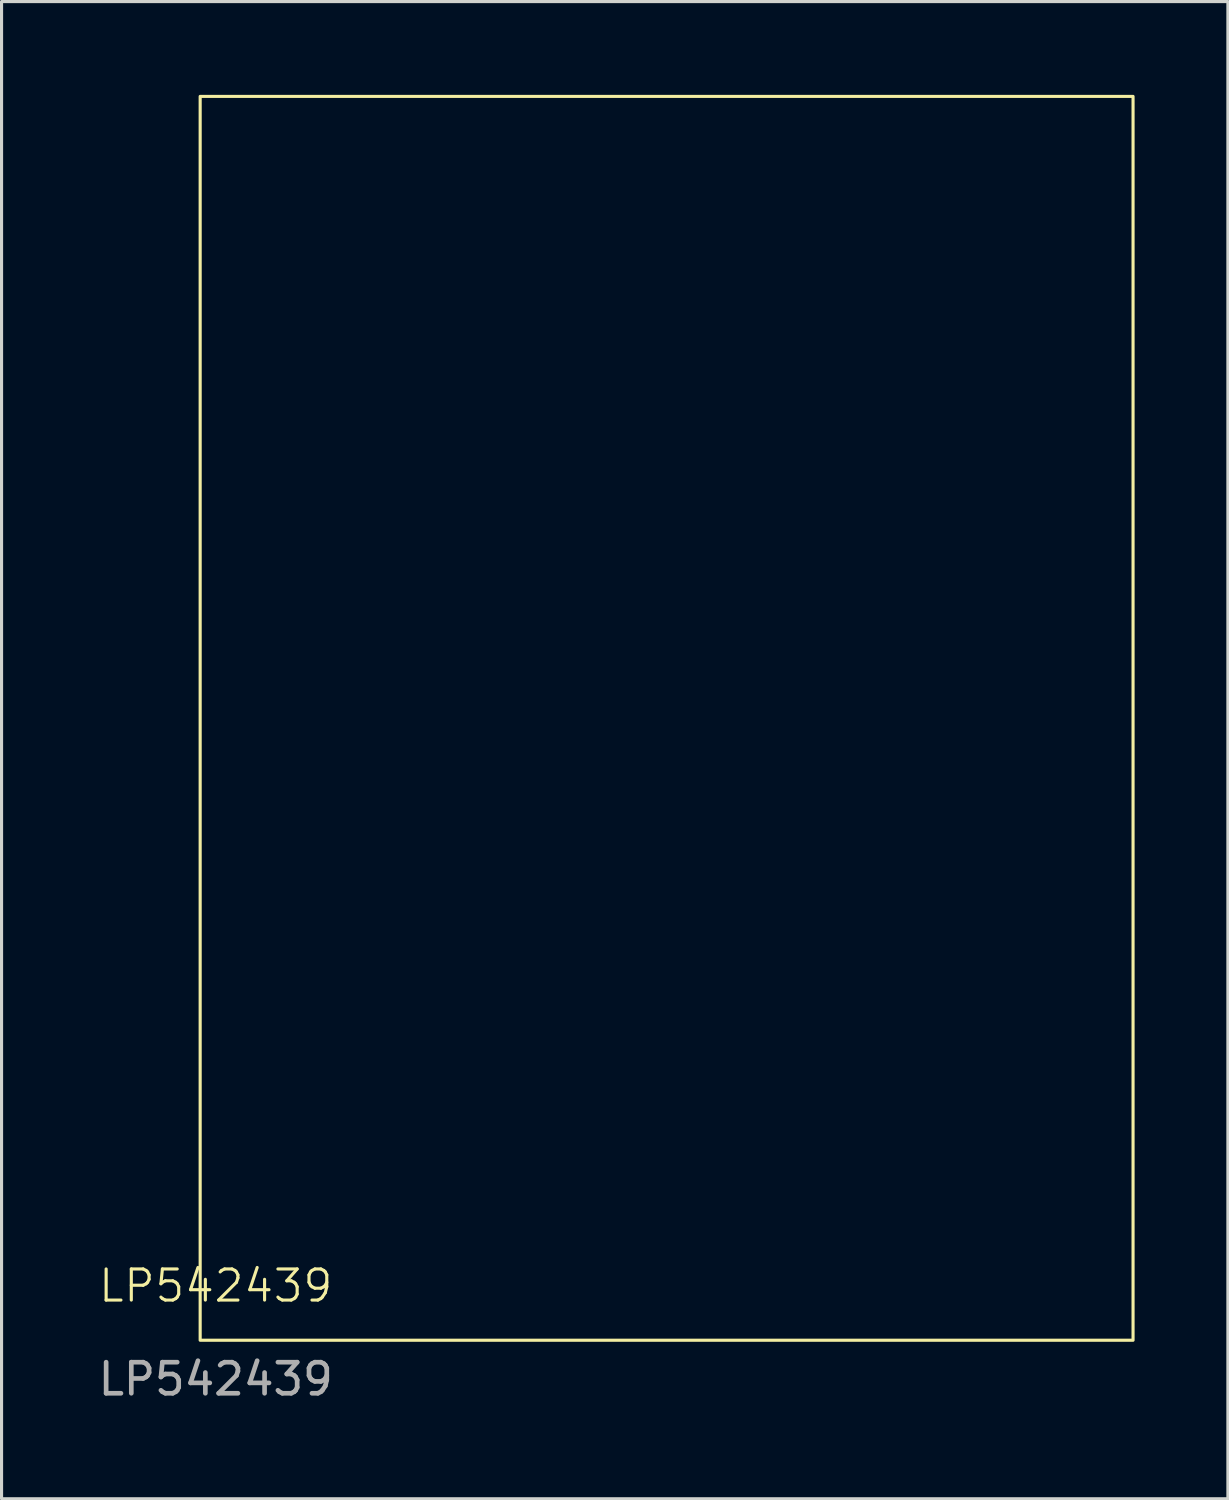
<source format=kicad_pcb>
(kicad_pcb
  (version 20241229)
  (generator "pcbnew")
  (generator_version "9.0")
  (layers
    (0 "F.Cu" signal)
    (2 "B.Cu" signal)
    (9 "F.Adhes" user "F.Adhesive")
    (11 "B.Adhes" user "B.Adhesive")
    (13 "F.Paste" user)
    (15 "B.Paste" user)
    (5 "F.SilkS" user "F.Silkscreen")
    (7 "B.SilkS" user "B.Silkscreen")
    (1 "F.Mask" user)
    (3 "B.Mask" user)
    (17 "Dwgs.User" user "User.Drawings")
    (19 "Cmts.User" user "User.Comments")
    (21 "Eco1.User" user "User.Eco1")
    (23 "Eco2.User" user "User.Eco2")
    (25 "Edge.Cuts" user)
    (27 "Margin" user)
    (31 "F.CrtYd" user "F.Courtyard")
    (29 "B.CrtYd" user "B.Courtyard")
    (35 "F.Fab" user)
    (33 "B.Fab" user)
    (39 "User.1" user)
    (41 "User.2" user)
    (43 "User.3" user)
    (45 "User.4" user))
  (footprint "LP542439"
    (layer "F.Cu")
    (at 3.387 40.05)
    (property "Reference" "LP542439" (at 0.5 -1.75 0) (unlocked yes) (layer "F.SilkS") (effects (font (size 1 1) (thickness 0.1))))
    (attr smd)
    (fp_rect (start 0 -40) (end 30 0) (stroke (width 0.1) (type default)) (fill no) (layer "F.SilkS"))
    (fp_text user "${REFERENCE}" (at 0.5 1.25 0) (unlocked yes) (layer "F.Fab") (effects (font (size 1 1) (thickness 0.15)))))
  (gr_rect
    (start -3 -3)
    (end 36.437 45.148)
    (stroke (width 0.1) (type default))
    (fill no)
    (layer "Edge.Cuts")))
</source>
